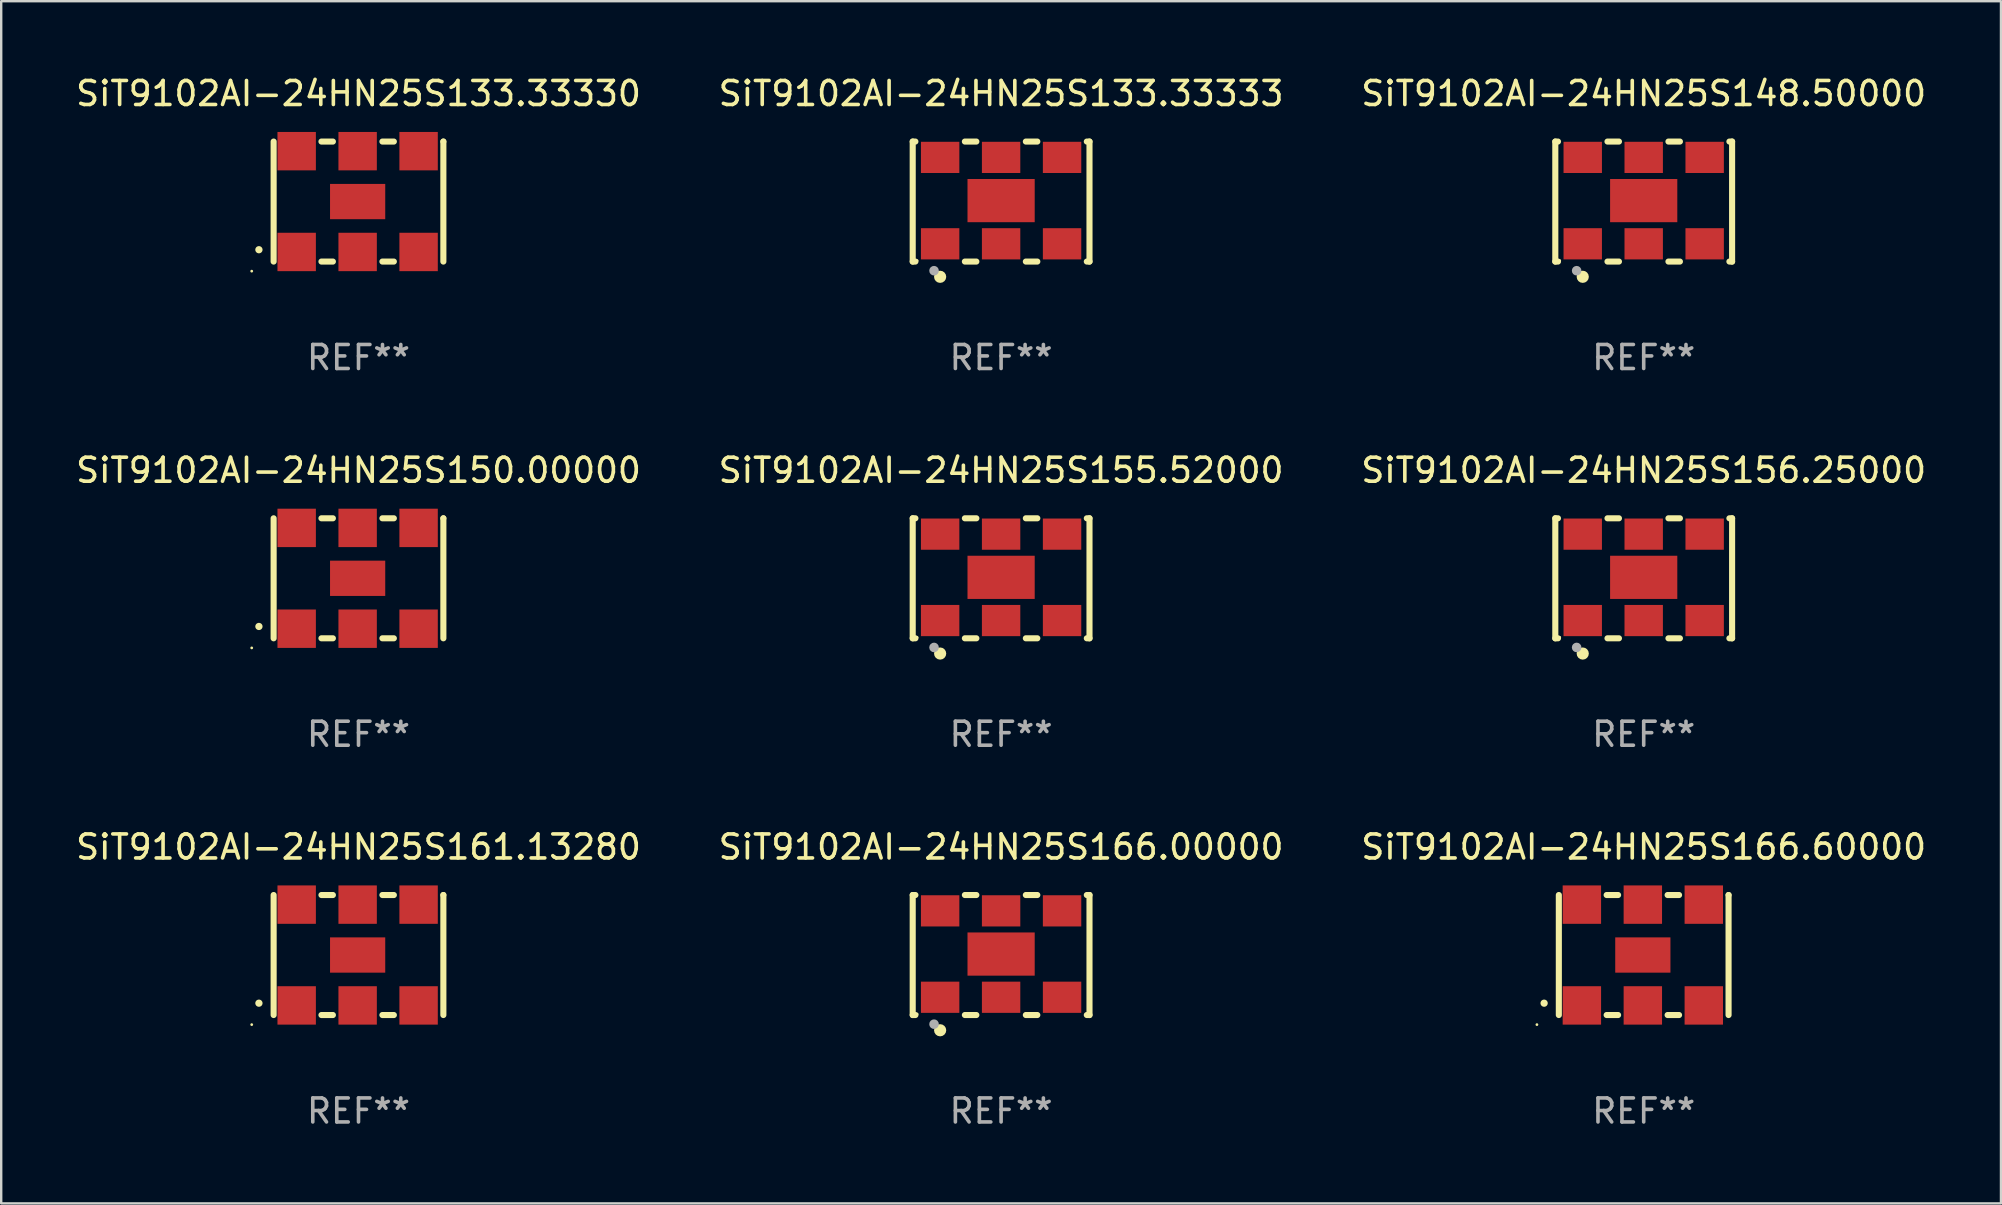
<source format=kicad_pcb>
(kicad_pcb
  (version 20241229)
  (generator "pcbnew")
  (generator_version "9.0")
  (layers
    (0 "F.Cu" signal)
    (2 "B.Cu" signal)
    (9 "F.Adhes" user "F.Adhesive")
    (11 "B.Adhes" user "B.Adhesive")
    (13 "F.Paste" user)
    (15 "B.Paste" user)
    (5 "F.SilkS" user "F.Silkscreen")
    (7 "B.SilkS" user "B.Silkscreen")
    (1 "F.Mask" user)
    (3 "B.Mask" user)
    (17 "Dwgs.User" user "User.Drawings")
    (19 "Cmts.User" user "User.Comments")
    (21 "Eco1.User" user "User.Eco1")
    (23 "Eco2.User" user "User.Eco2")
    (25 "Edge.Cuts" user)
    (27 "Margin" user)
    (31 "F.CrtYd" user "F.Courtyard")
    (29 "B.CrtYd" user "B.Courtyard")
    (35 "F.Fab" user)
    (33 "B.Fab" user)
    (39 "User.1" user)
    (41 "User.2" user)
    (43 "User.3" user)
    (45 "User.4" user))
  (footprint "SiT9102AI-24HN25S155.52000"
    (layer "F.Cu")
    (at 38.661 21.045)
    (property "Reference" "SiT9102AI-24HN25S155.52000" (at 0 -4.5 0) (layer "F.SilkS") (effects (font (size 1 1) (thickness 0.15))))
    (attr through_hole)
    (fp_line (start -3.683 -2.5) (end -3.571 -2.5) (stroke (width 0.254) (type solid)) (layer "F.SilkS"))
    (fp_line (start -3.683 2.5) (end -3.683 -2.5) (stroke (width 0.254) (type solid)) (layer "F.SilkS"))
    (fp_line (start -3.683 2.5) (end -3.571 2.5) (stroke (width 0.254) (type solid)) (layer "F.SilkS"))
    (fp_line (start -1.509 -2.5) (end -1.031 -2.5) (stroke (width 0.254) (type solid)) (layer "F.SilkS"))
    (fp_line (start -1.509 2.5) (end -1.031 2.5) (stroke (width 0.254) (type solid)) (layer "F.SilkS"))
    (fp_line (start 1.031 -2.5) (end 1.509 -2.5) (stroke (width 0.254) (type solid)) (layer "F.SilkS"))
    (fp_line (start 1.031 2.5) (end 1.509 2.5) (stroke (width 0.254) (type solid)) (layer "F.SilkS"))
    (fp_line (start 3.571 -2.5) (end 3.683 -2.5) (stroke (width 0.254) (type solid)) (layer "F.SilkS"))
    (fp_line (start 3.571 2.5) (end 3.683 2.5) (stroke (width 0.254) (type solid)) (layer "F.SilkS"))
    (fp_line (start 3.683 2.5) (end 3.683 -2.5) (stroke (width 0.254) (type solid)) (layer "F.SilkS"))
    (fp_circle (center -3.5 2.46) (end -3.47 2.46) (stroke (width 0.06) (type solid)) (fill no) (layer "F.SilkS"))
    (fp_circle (center -2.54 3.135) (end -2.413 3.135) (stroke (width 0.254) (type solid)) (fill no) (layer "F.SilkS"))
    (fp_circle (center -2.794 2.881) (end -2.694 2.881) (stroke (width 0.2) (type solid)) (fill no) (layer "F.Fab"))
    (fp_text user "REF**" (at 0 6.5 0) (layer "F.Fab") (effects (font (size 1 1) (thickness 0.15))))
    (pad "1" smd rect (at -2.54 1.76) (size 1.6 1.3) (layers "F.Cu" "F.Mask" "F.Paste"))
    (pad "2" smd rect (at 0 1.76) (size 1.6 1.3) (layers "F.Cu" "F.Mask" "F.Paste"))
    (pad "3" smd rect (at 2.54 1.76) (size 1.6 1.3) (layers "F.Cu" "F.Mask" "F.Paste"))
    (pad "4" smd rect (at 2.54 -1.84) (size 1.6 1.3) (layers "F.Cu" "F.Mask" "F.Paste"))
    (pad "5" smd rect (at 0 -1.84) (size 1.6 1.3) (layers "F.Cu" "F.Mask" "F.Paste"))
    (pad "6" smd rect (at -2.54 -1.84) (size 1.6 1.3) (layers "F.Cu" "F.Mask" "F.Paste"))
    (pad "7" smd rect (at 0 -0.04) (size 2.8 1.8) (layers "F.Cu" "F.Mask" "F.Paste")))
  (footprint "SiT9102AI-24HN25S156.25000"
    (layer "F.Cu")
    (at 65.435 21.045)
    (property "Reference" "SiT9102AI-24HN25S156.25000" (at 0 -4.5 0) (layer "F.SilkS") (effects (font (size 1 1) (thickness 0.15))))
    (attr through_hole)
    (fp_line (start -3.683 -2.5) (end -3.571 -2.5) (stroke (width 0.254) (type solid)) (layer "F.SilkS"))
    (fp_line (start -3.683 2.5) (end -3.683 -2.5) (stroke (width 0.254) (type solid)) (layer "F.SilkS"))
    (fp_line (start -3.683 2.5) (end -3.571 2.5) (stroke (width 0.254) (type solid)) (layer "F.SilkS"))
    (fp_line (start -1.509 -2.5) (end -1.031 -2.5) (stroke (width 0.254) (type solid)) (layer "F.SilkS"))
    (fp_line (start -1.509 2.5) (end -1.031 2.5) (stroke (width 0.254) (type solid)) (layer "F.SilkS"))
    (fp_line (start 1.031 -2.5) (end 1.509 -2.5) (stroke (width 0.254) (type solid)) (layer "F.SilkS"))
    (fp_line (start 1.031 2.5) (end 1.509 2.5) (stroke (width 0.254) (type solid)) (layer "F.SilkS"))
    (fp_line (start 3.571 -2.5) (end 3.683 -2.5) (stroke (width 0.254) (type solid)) (layer "F.SilkS"))
    (fp_line (start 3.571 2.5) (end 3.683 2.5) (stroke (width 0.254) (type solid)) (layer "F.SilkS"))
    (fp_line (start 3.683 2.5) (end 3.683 -2.5) (stroke (width 0.254) (type solid)) (layer "F.SilkS"))
    (fp_circle (center -3.5 2.46) (end -3.47 2.46) (stroke (width 0.06) (type solid)) (fill no) (layer "F.SilkS"))
    (fp_circle (center -2.54 3.135) (end -2.413 3.135) (stroke (width 0.254) (type solid)) (fill no) (layer "F.SilkS"))
    (fp_circle (center -2.794 2.881) (end -2.694 2.881) (stroke (width 0.2) (type solid)) (fill no) (layer "F.Fab"))
    (fp_text user "REF**" (at 0 6.5 0) (layer "F.Fab") (effects (font (size 1 1) (thickness 0.15))))
    (pad "1" smd rect (at -2.54 1.76) (size 1.6 1.3) (layers "F.Cu" "F.Mask" "F.Paste"))
    (pad "2" smd rect (at 0 1.76) (size 1.6 1.3) (layers "F.Cu" "F.Mask" "F.Paste"))
    (pad "3" smd rect (at 2.54 1.76) (size 1.6 1.3) (layers "F.Cu" "F.Mask" "F.Paste"))
    (pad "4" smd rect (at 2.54 -1.84) (size 1.6 1.3) (layers "F.Cu" "F.Mask" "F.Paste"))
    (pad "5" smd rect (at 0 -1.84) (size 1.6 1.3) (layers "F.Cu" "F.Mask" "F.Paste"))
    (pad "6" smd rect (at -2.54 -1.84) (size 1.6 1.3) (layers "F.Cu" "F.Mask" "F.Paste"))
    (pad "7" smd rect (at 0 -0.04) (size 2.8 1.8) (layers "F.Cu" "F.Mask" "F.Paste")))
  (footprint "SiT9102AI-24HN25S166.00000"
    (layer "F.Cu")
    (at 38.661 36.741)
    (property "Reference" "SiT9102AI-24HN25S166.00000" (at 0 -4.5 0) (layer "F.SilkS") (effects (font (size 1 1) (thickness 0.15))))
    (attr through_hole)
    (fp_line (start -3.683 -2.5) (end -3.571 -2.5) (stroke (width 0.254) (type solid)) (layer "F.SilkS"))
    (fp_line (start -3.683 2.5) (end -3.683 -2.5) (stroke (width 0.254) (type solid)) (layer "F.SilkS"))
    (fp_line (start -3.683 2.5) (end -3.571 2.5) (stroke (width 0.254) (type solid)) (layer "F.SilkS"))
    (fp_line (start -1.509 -2.5) (end -1.031 -2.5) (stroke (width 0.254) (type solid)) (layer "F.SilkS"))
    (fp_line (start -1.509 2.5) (end -1.031 2.5) (stroke (width 0.254) (type solid)) (layer "F.SilkS"))
    (fp_line (start 1.031 -2.5) (end 1.509 -2.5) (stroke (width 0.254) (type solid)) (layer "F.SilkS"))
    (fp_line (start 1.031 2.5) (end 1.509 2.5) (stroke (width 0.254) (type solid)) (layer "F.SilkS"))
    (fp_line (start 3.571 -2.5) (end 3.683 -2.5) (stroke (width 0.254) (type solid)) (layer "F.SilkS"))
    (fp_line (start 3.571 2.5) (end 3.683 2.5) (stroke (width 0.254) (type solid)) (layer "F.SilkS"))
    (fp_line (start 3.683 2.5) (end 3.683 -2.5) (stroke (width 0.254) (type solid)) (layer "F.SilkS"))
    (fp_circle (center -3.5 2.46) (end -3.47 2.46) (stroke (width 0.06) (type solid)) (fill no) (layer "F.SilkS"))
    (fp_circle (center -2.54 3.135) (end -2.413 3.135) (stroke (width 0.254) (type solid)) (fill no) (layer "F.SilkS"))
    (fp_circle (center -2.794 2.881) (end -2.694 2.881) (stroke (width 0.2) (type solid)) (fill no) (layer "F.Fab"))
    (fp_text user "REF**" (at 0 6.5 0) (layer "F.Fab") (effects (font (size 1 1) (thickness 0.15))))
    (pad "1" smd rect (at -2.54 1.76) (size 1.6 1.3) (layers "F.Cu" "F.Mask" "F.Paste"))
    (pad "2" smd rect (at 0 1.76) (size 1.6 1.3) (layers "F.Cu" "F.Mask" "F.Paste"))
    (pad "3" smd rect (at 2.54 1.76) (size 1.6 1.3) (layers "F.Cu" "F.Mask" "F.Paste"))
    (pad "4" smd rect (at 2.54 -1.84) (size 1.6 1.3) (layers "F.Cu" "F.Mask" "F.Paste"))
    (pad "5" smd rect (at 0 -1.84) (size 1.6 1.3) (layers "F.Cu" "F.Mask" "F.Paste"))
    (pad "6" smd rect (at -2.54 -1.84) (size 1.6 1.3) (layers "F.Cu" "F.Mask" "F.Paste"))
    (pad "7" smd rect (at 0 -0.04) (size 2.8 1.8) (layers "F.Cu" "F.Mask" "F.Paste")))
  (footprint "SiT9102AI-24HN25S150.00000"
    (layer "F.Cu")
    (at 11.887 21.045)
    (property "Reference" "SiT9102AI-24HN25S150.00000" (at 0 -4.5 0) (layer "F.SilkS") (effects (font (size 1 1) (thickness 0.15))))
    (attr through_hole)
    (fp_line (start -3.536 -2.5) (end -3.536 2.5) (stroke (width 0.254) (type solid)) (layer "F.SilkS"))
    (fp_line (start -1.544 2.5) (end -1.067 2.5) (stroke (width 0.254) (type solid)) (layer "F.SilkS"))
    (fp_line (start -1.067 -2.5) (end -1.544 -2.5) (stroke (width 0.254) (type solid)) (layer "F.SilkS"))
    (fp_line (start 0.996 2.5) (end 1.473 2.5) (stroke (width 0.254) (type solid)) (layer "F.SilkS"))
    (fp_line (start 1.473 -2.5) (end 0.996 -2.5) (stroke (width 0.254) (type solid)) (layer "F.SilkS"))
    (fp_line (start 3.536 -2.5) (end 3.536 -2.5) (stroke (width 0.254) (type solid)) (layer "F.SilkS"))
    (fp_line (start 3.536 2.5) (end 3.536 -2.5) (stroke (width 0.254) (type solid)) (layer "F.SilkS"))
    (fp_arc (start -4.150432 2.006604) (mid -4.149162 2.006599) (end -4.147892 2.006604) (stroke (width 0.3) (type solid)) (layer "F.SilkS"))
    (fp_circle (center -4.449 2.9) (end -4.419 2.9) (stroke (width 0.06) (type solid)) (fill no) (layer "F.SilkS"))
    (fp_text user "REF**" (at 0 6.5 0) (layer "F.Fab") (effects (font (size 1 1) (thickness 0.15))))
    (pad "1" smd rect (at -2.576 2.1) (size 1.6 1.6) (layers "F.Cu" "F.Mask" "F.Paste"))
    (pad "2" smd rect (at -0.036 2.1) (size 1.6 1.6) (layers "F.Cu" "F.Mask" "F.Paste"))
    (pad "3" smd rect (at 2.504 2.1) (size 1.6 1.6) (layers "F.Cu" "F.Mask" "F.Paste"))
    (pad "4" smd rect (at 2.504 -2.1) (size 1.6 1.6) (layers "F.Cu" "F.Mask" "F.Paste"))
    (pad "5" smd rect (at -0.036 -2.1) (size 1.6 1.6) (layers "F.Cu" "F.Mask" "F.Paste"))
    (pad "6" smd rect (at -2.576 -2.1) (size 1.6 1.6) (layers "F.Cu" "F.Mask" "F.Paste"))
    (pad "7" smd rect (at -0.036 0) (size 2.3 1.47) (layers "F.Cu" "F.Mask" "F.Paste")))
  (footprint "SiT9102AI-24HN25S133.33330"
    (layer "F.Cu")
    (at 11.887 5.348)
    (property "Reference" "SiT9102AI-24HN25S133.33330" (at 0 -4.5 0) (layer "F.SilkS") (effects (font (size 1 1) (thickness 0.15))))
    (attr through_hole)
    (fp_line (start -3.536 -2.5) (end -3.536 2.5) (stroke (width 0.254) (type solid)) (layer "F.SilkS"))
    (fp_line (start -1.544 2.5) (end -1.067 2.5) (stroke (width 0.254) (type solid)) (layer "F.SilkS"))
    (fp_line (start -1.067 -2.5) (end -1.544 -2.5) (stroke (width 0.254) (type solid)) (layer "F.SilkS"))
    (fp_line (start 0.996 2.5) (end 1.473 2.5) (stroke (width 0.254) (type solid)) (layer "F.SilkS"))
    (fp_line (start 1.473 -2.5) (end 0.996 -2.5) (stroke (width 0.254) (type solid)) (layer "F.SilkS"))
    (fp_line (start 3.536 -2.5) (end 3.536 -2.5) (stroke (width 0.254) (type solid)) (layer "F.SilkS"))
    (fp_line (start 3.536 2.5) (end 3.536 -2.5) (stroke (width 0.254) (type solid)) (layer "F.SilkS"))
    (fp_arc (start -4.150432 2.006604) (mid -4.149162 2.006599) (end -4.147892 2.006604) (stroke (width 0.3) (type solid)) (layer "F.SilkS"))
    (fp_circle (center -4.449 2.9) (end -4.419 2.9) (stroke (width 0.06) (type solid)) (fill no) (layer "F.SilkS"))
    (fp_text user "REF**" (at 0 6.5 0) (layer "F.Fab") (effects (font (size 1 1) (thickness 0.15))))
    (pad "1" smd rect (at -2.576 2.1) (size 1.6 1.6) (layers "F.Cu" "F.Mask" "F.Paste"))
    (pad "2" smd rect (at -0.036 2.1) (size 1.6 1.6) (layers "F.Cu" "F.Mask" "F.Paste"))
    (pad "3" smd rect (at 2.504 2.1) (size 1.6 1.6) (layers "F.Cu" "F.Mask" "F.Paste"))
    (pad "4" smd rect (at 2.504 -2.1) (size 1.6 1.6) (layers "F.Cu" "F.Mask" "F.Paste"))
    (pad "5" smd rect (at -0.036 -2.1) (size 1.6 1.6) (layers "F.Cu" "F.Mask" "F.Paste"))
    (pad "6" smd rect (at -2.576 -2.1) (size 1.6 1.6) (layers "F.Cu" "F.Mask" "F.Paste"))
    (pad "7" smd rect (at -0.036 0) (size 2.3 1.47) (layers "F.Cu" "F.Mask" "F.Paste")))
  (footprint "SiT9102AI-24HN25S161.13280"
    (layer "F.Cu")
    (at 11.887 36.741)
    (property "Reference" "SiT9102AI-24HN25S161.13280" (at 0 -4.5 0) (layer "F.SilkS") (effects (font (size 1 1) (thickness 0.15))))
    (attr through_hole)
    (fp_line (start -3.536 -2.5) (end -3.536 2.5) (stroke (width 0.254) (type solid)) (layer "F.SilkS"))
    (fp_line (start -1.544 2.5) (end -1.067 2.5) (stroke (width 0.254) (type solid)) (layer "F.SilkS"))
    (fp_line (start -1.067 -2.5) (end -1.544 -2.5) (stroke (width 0.254) (type solid)) (layer "F.SilkS"))
    (fp_line (start 0.996 2.5) (end 1.473 2.5) (stroke (width 0.254) (type solid)) (layer "F.SilkS"))
    (fp_line (start 1.473 -2.5) (end 0.996 -2.5) (stroke (width 0.254) (type solid)) (layer "F.SilkS"))
    (fp_line (start 3.536 -2.5) (end 3.536 -2.5) (stroke (width 0.254) (type solid)) (layer "F.SilkS"))
    (fp_line (start 3.536 2.5) (end 3.536 -2.5) (stroke (width 0.254) (type solid)) (layer "F.SilkS"))
    (fp_arc (start -4.150432 2.006604) (mid -4.149162 2.006599) (end -4.147892 2.006604) (stroke (width 0.3) (type solid)) (layer "F.SilkS"))
    (fp_circle (center -4.449 2.9) (end -4.419 2.9) (stroke (width 0.06) (type solid)) (fill no) (layer "F.SilkS"))
    (fp_text user "REF**" (at 0 6.5 0) (layer "F.Fab") (effects (font (size 1 1) (thickness 0.15))))
    (pad "1" smd rect (at -2.576 2.1) (size 1.6 1.6) (layers "F.Cu" "F.Mask" "F.Paste"))
    (pad "2" smd rect (at -0.036 2.1) (size 1.6 1.6) (layers "F.Cu" "F.Mask" "F.Paste"))
    (pad "3" smd rect (at 2.504 2.1) (size 1.6 1.6) (layers "F.Cu" "F.Mask" "F.Paste"))
    (pad "4" smd rect (at 2.504 -2.1) (size 1.6 1.6) (layers "F.Cu" "F.Mask" "F.Paste"))
    (pad "5" smd rect (at -0.036 -2.1) (size 1.6 1.6) (layers "F.Cu" "F.Mask" "F.Paste"))
    (pad "6" smd rect (at -2.576 -2.1) (size 1.6 1.6) (layers "F.Cu" "F.Mask" "F.Paste"))
    (pad "7" smd rect (at -0.036 0) (size 2.3 1.47) (layers "F.Cu" "F.Mask" "F.Paste")))
  (footprint "SiT9102AI-24HN25S133.33333"
    (layer "F.Cu")
    (at 38.661 5.348)
    (property "Reference" "SiT9102AI-24HN25S133.33333" (at 0 -4.5 0) (layer "F.SilkS") (effects (font (size 1 1) (thickness 0.15))))
    (attr through_hole)
    (fp_line (start -3.683 -2.5) (end -3.571 -2.5) (stroke (width 0.254) (type solid)) (layer "F.SilkS"))
    (fp_line (start -3.683 2.5) (end -3.683 -2.5) (stroke (width 0.254) (type solid)) (layer "F.SilkS"))
    (fp_line (start -3.683 2.5) (end -3.571 2.5) (stroke (width 0.254) (type solid)) (layer "F.SilkS"))
    (fp_line (start -1.509 -2.5) (end -1.031 -2.5) (stroke (width 0.254) (type solid)) (layer "F.SilkS"))
    (fp_line (start -1.509 2.5) (end -1.031 2.5) (stroke (width 0.254) (type solid)) (layer "F.SilkS"))
    (fp_line (start 1.031 -2.5) (end 1.509 -2.5) (stroke (width 0.254) (type solid)) (layer "F.SilkS"))
    (fp_line (start 1.031 2.5) (end 1.509 2.5) (stroke (width 0.254) (type solid)) (layer "F.SilkS"))
    (fp_line (start 3.571 -2.5) (end 3.683 -2.5) (stroke (width 0.254) (type solid)) (layer "F.SilkS"))
    (fp_line (start 3.571 2.5) (end 3.683 2.5) (stroke (width 0.254) (type solid)) (layer "F.SilkS"))
    (fp_line (start 3.683 2.5) (end 3.683 -2.5) (stroke (width 0.254) (type solid)) (layer "F.SilkS"))
    (fp_circle (center -3.5 2.46) (end -3.47 2.46) (stroke (width 0.06) (type solid)) (fill no) (layer "F.SilkS"))
    (fp_circle (center -2.54 3.135) (end -2.413 3.135) (stroke (width 0.254) (type solid)) (fill no) (layer "F.SilkS"))
    (fp_circle (center -2.794 2.881) (end -2.694 2.881) (stroke (width 0.2) (type solid)) (fill no) (layer "F.Fab"))
    (fp_text user "REF**" (at 0 6.5 0) (layer "F.Fab") (effects (font (size 1 1) (thickness 0.15))))
    (pad "1" smd rect (at -2.54 1.76) (size 1.6 1.3) (layers "F.Cu" "F.Mask" "F.Paste"))
    (pad "2" smd rect (at 0 1.76) (size 1.6 1.3) (layers "F.Cu" "F.Mask" "F.Paste"))
    (pad "3" smd rect (at 2.54 1.76) (size 1.6 1.3) (layers "F.Cu" "F.Mask" "F.Paste"))
    (pad "4" smd rect (at 2.54 -1.84) (size 1.6 1.3) (layers "F.Cu" "F.Mask" "F.Paste"))
    (pad "5" smd rect (at 0 -1.84) (size 1.6 1.3) (layers "F.Cu" "F.Mask" "F.Paste"))
    (pad "6" smd rect (at -2.54 -1.84) (size 1.6 1.3) (layers "F.Cu" "F.Mask" "F.Paste"))
    (pad "7" smd rect (at 0 -0.04) (size 2.8 1.8) (layers "F.Cu" "F.Mask" "F.Paste")))
  (footprint "SiT9102AI-24HN25S148.50000"
    (layer "F.Cu")
    (at 65.435 5.348)
    (property "Reference" "SiT9102AI-24HN25S148.50000" (at 0 -4.5 0) (layer "F.SilkS") (effects (font (size 1 1) (thickness 0.15))))
    (attr through_hole)
    (fp_line (start -3.683 -2.5) (end -3.571 -2.5) (stroke (width 0.254) (type solid)) (layer "F.SilkS"))
    (fp_line (start -3.683 2.5) (end -3.683 -2.5) (stroke (width 0.254) (type solid)) (layer "F.SilkS"))
    (fp_line (start -3.683 2.5) (end -3.571 2.5) (stroke (width 0.254) (type solid)) (layer "F.SilkS"))
    (fp_line (start -1.509 -2.5) (end -1.031 -2.5) (stroke (width 0.254) (type solid)) (layer "F.SilkS"))
    (fp_line (start -1.509 2.5) (end -1.031 2.5) (stroke (width 0.254) (type solid)) (layer "F.SilkS"))
    (fp_line (start 1.031 -2.5) (end 1.509 -2.5) (stroke (width 0.254) (type solid)) (layer "F.SilkS"))
    (fp_line (start 1.031 2.5) (end 1.509 2.5) (stroke (width 0.254) (type solid)) (layer "F.SilkS"))
    (fp_line (start 3.571 -2.5) (end 3.683 -2.5) (stroke (width 0.254) (type solid)) (layer "F.SilkS"))
    (fp_line (start 3.571 2.5) (end 3.683 2.5) (stroke (width 0.254) (type solid)) (layer "F.SilkS"))
    (fp_line (start 3.683 2.5) (end 3.683 -2.5) (stroke (width 0.254) (type solid)) (layer "F.SilkS"))
    (fp_circle (center -3.5 2.46) (end -3.47 2.46) (stroke (width 0.06) (type solid)) (fill no) (layer "F.SilkS"))
    (fp_circle (center -2.54 3.135) (end -2.413 3.135) (stroke (width 0.254) (type solid)) (fill no) (layer "F.SilkS"))
    (fp_circle (center -2.794 2.881) (end -2.694 2.881) (stroke (width 0.2) (type solid)) (fill no) (layer "F.Fab"))
    (fp_text user "REF**" (at 0 6.5 0) (layer "F.Fab") (effects (font (size 1 1) (thickness 0.15))))
    (pad "1" smd rect (at -2.54 1.76) (size 1.6 1.3) (layers "F.Cu" "F.Mask" "F.Paste"))
    (pad "2" smd rect (at 0 1.76) (size 1.6 1.3) (layers "F.Cu" "F.Mask" "F.Paste"))
    (pad "3" smd rect (at 2.54 1.76) (size 1.6 1.3) (layers "F.Cu" "F.Mask" "F.Paste"))
    (pad "4" smd rect (at 2.54 -1.84) (size 1.6 1.3) (layers "F.Cu" "F.Mask" "F.Paste"))
    (pad "5" smd rect (at 0 -1.84) (size 1.6 1.3) (layers "F.Cu" "F.Mask" "F.Paste"))
    (pad "6" smd rect (at -2.54 -1.84) (size 1.6 1.3) (layers "F.Cu" "F.Mask" "F.Paste"))
    (pad "7" smd rect (at 0 -0.04) (size 2.8 1.8) (layers "F.Cu" "F.Mask" "F.Paste")))
  (footprint "SiT9102AI-24HN25S166.60000"
    (layer "F.Cu")
    (at 65.435 36.741)
    (property "Reference" "SiT9102AI-24HN25S166.60000" (at 0 -4.5 0) (layer "F.SilkS") (effects (font (size 1 1) (thickness 0.15))))
    (attr through_hole)
    (fp_line (start -3.536 -2.5) (end -3.536 2.5) (stroke (width 0.254) (type solid)) (layer "F.SilkS"))
    (fp_line (start -1.544 2.5) (end -1.067 2.5) (stroke (width 0.254) (type solid)) (layer "F.SilkS"))
    (fp_line (start -1.067 -2.5) (end -1.544 -2.5) (stroke (width 0.254) (type solid)) (layer "F.SilkS"))
    (fp_line (start 0.996 2.5) (end 1.473 2.5) (stroke (width 0.254) (type solid)) (layer "F.SilkS"))
    (fp_line (start 1.473 -2.5) (end 0.996 -2.5) (stroke (width 0.254) (type solid)) (layer "F.SilkS"))
    (fp_line (start 3.536 -2.5) (end 3.536 -2.5) (stroke (width 0.254) (type solid)) (layer "F.SilkS"))
    (fp_line (start 3.536 2.5) (end 3.536 -2.5) (stroke (width 0.254) (type solid)) (layer "F.SilkS"))
    (fp_arc (start -4.150432 2.006604) (mid -4.149162 2.006599) (end -4.147892 2.006604) (stroke (width 0.3) (type solid)) (layer "F.SilkS"))
    (fp_circle (center -4.449 2.9) (end -4.419 2.9) (stroke (width 0.06) (type solid)) (fill no) (layer "F.SilkS"))
    (fp_text user "REF**" (at 0 6.5 0) (layer "F.Fab") (effects (font (size 1 1) (thickness 0.15))))
    (pad "1" smd rect (at -2.576 2.1) (size 1.6 1.6) (layers "F.Cu" "F.Mask" "F.Paste"))
    (pad "2" smd rect (at -0.036 2.1) (size 1.6 1.6) (layers "F.Cu" "F.Mask" "F.Paste"))
    (pad "3" smd rect (at 2.504 2.1) (size 1.6 1.6) (layers "F.Cu" "F.Mask" "F.Paste"))
    (pad "4" smd rect (at 2.504 -2.1) (size 1.6 1.6) (layers "F.Cu" "F.Mask" "F.Paste"))
    (pad "5" smd rect (at -0.036 -2.1) (size 1.6 1.6) (layers "F.Cu" "F.Mask" "F.Paste"))
    (pad "6" smd rect (at -2.576 -2.1) (size 1.6 1.6) (layers "F.Cu" "F.Mask" "F.Paste"))
    (pad "7" smd rect (at -0.036 0) (size 2.3 1.47) (layers "F.Cu" "F.Mask" "F.Paste")))
  (gr_rect
    (start -3 -3)
    (end 80.321 47.09)
    (stroke (width 0.1) (type default))
    (fill no)
    (layer "Edge.Cuts")))
</source>
